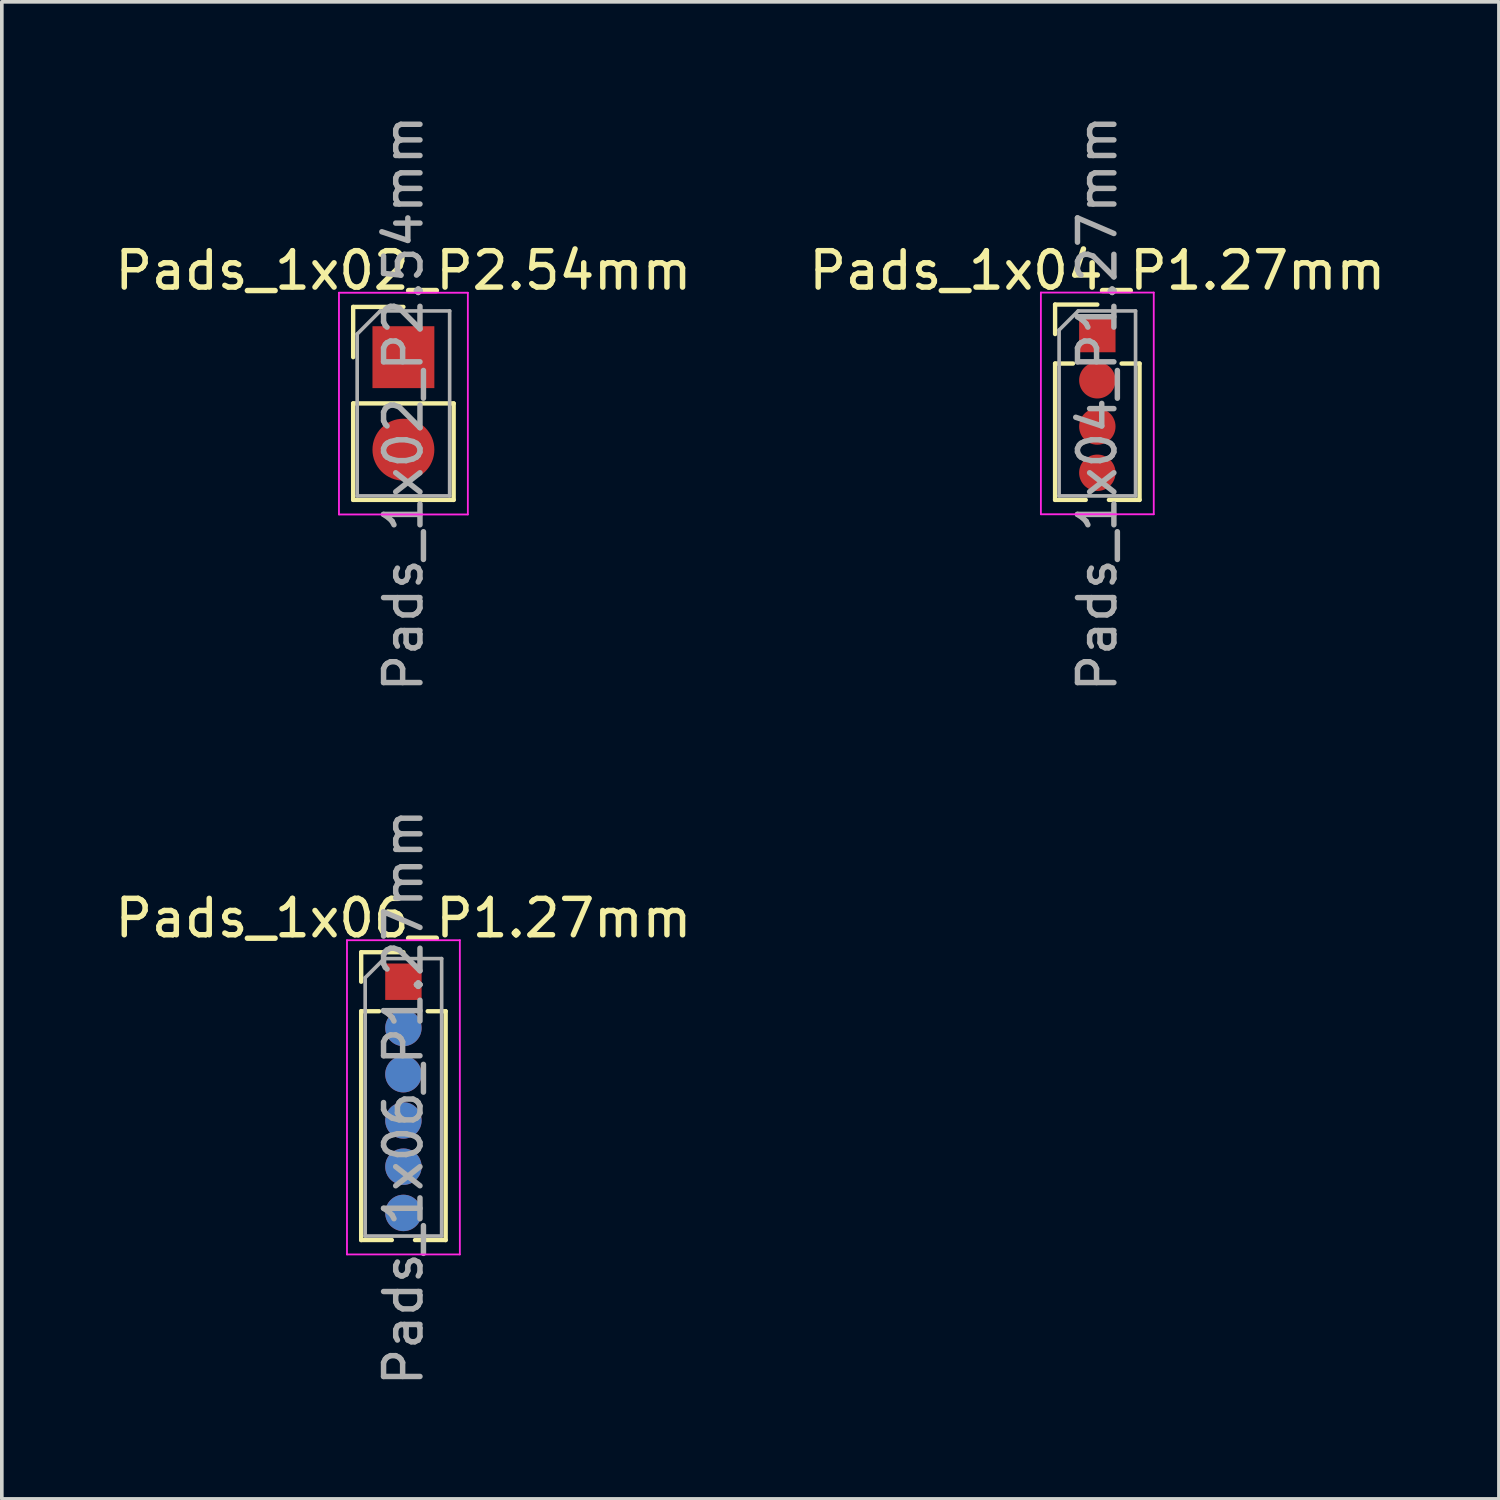
<source format=kicad_pcb>
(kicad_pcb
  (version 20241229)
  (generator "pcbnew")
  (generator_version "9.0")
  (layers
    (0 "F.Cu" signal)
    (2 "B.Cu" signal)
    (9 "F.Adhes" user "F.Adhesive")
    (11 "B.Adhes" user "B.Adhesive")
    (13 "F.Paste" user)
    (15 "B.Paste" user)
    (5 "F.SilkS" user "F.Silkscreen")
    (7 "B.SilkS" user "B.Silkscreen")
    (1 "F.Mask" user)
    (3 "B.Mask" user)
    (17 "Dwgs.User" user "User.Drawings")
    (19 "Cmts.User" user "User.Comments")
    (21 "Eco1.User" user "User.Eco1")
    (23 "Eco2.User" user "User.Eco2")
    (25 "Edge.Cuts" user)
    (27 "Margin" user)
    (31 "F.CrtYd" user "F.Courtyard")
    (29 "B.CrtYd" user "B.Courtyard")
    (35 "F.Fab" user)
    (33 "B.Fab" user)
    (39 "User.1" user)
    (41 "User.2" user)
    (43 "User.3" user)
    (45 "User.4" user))
  (footprint "Pads_1x06_P1.27mm"
    (layer "F.Cu")
    (at 8.03 23.914)
    (property "Reference" "Pads_1x06_P1.27mm" (at 0 -1.745 0) (layer "F.SilkS") (effects (font (size 1 1) (thickness 0.15))))
    (attr through_hole)
    (fp_line (start -1.16 -0.81) (end 0 -0.81) (stroke (width 0.12) (type solid)) (layer "F.SilkS"))
    (fp_line (start -1.16 0) (end -1.16 -0.81) (stroke (width 0.12) (type solid)) (layer "F.SilkS"))
    (fp_line (start -1.16 0.81) (end -1.16 7.095) (stroke (width 0.12) (type solid)) (layer "F.SilkS"))
    (fp_line (start -1.16 0.81) (end -0.667 0.81) (stroke (width 0.12) (type solid)) (layer "F.SilkS"))
    (fp_line (start -1.16 7.095) (end -0.318 7.095) (stroke (width 0.12) (type solid)) (layer "F.SilkS"))
    (fp_line (start 0.318 7.095) (end 1.16 7.095) (stroke (width 0.12) (type solid)) (layer "F.SilkS"))
    (fp_line (start 0.667 0.81) (end 1.16 0.81) (stroke (width 0.12) (type solid)) (layer "F.SilkS"))
    (fp_line (start 1.16 0.81) (end 1.16 7.095) (stroke (width 0.12) (type solid)) (layer "F.SilkS"))
    (fp_line (start -1.55 -1.14) (end -1.55 7.49) (stroke (width 0.05) (type solid)) (layer "F.CrtYd"))
    (fp_line (start -1.55 7.49) (end 1.55 7.49) (stroke (width 0.05) (type solid)) (layer "F.CrtYd"))
    (fp_line (start 1.55 -1.14) (end -1.55 -1.14) (stroke (width 0.05) (type solid)) (layer "F.CrtYd"))
    (fp_line (start 1.55 7.49) (end 1.55 -1.14) (stroke (width 0.05) (type solid)) (layer "F.CrtYd"))
    (fp_line (start -1.05 -0.11) (end -0.525 -0.635) (stroke (width 0.1) (type solid)) (layer "F.Fab"))
    (fp_line (start -1.05 6.985) (end -1.05 -0.11) (stroke (width 0.1) (type solid)) (layer "F.Fab"))
    (fp_line (start -0.525 -0.635) (end 1.05 -0.635) (stroke (width 0.1) (type solid)) (layer "F.Fab"))
    (fp_line (start 1.05 -0.635) (end 1.05 6.985) (stroke (width 0.1) (type solid)) (layer "F.Fab"))
    (fp_line (start 1.05 6.985) (end -1.05 6.985) (stroke (width 0.1) (type solid)) (layer "F.Fab"))
    (fp_text user "${REFERENCE}" (at 0 3.175 90) (layer "F.Fab") (effects (font (size 1 1) (thickness 0.15))))
    (pad "1" smd rect (at 0 0) (size 1 1) (layers "F.Cu" "F.Mask" "F.Paste"))
    (pad "2" smd circle (at 0 1.27) (size 1 1) (layers "*.Cu" "*.Mask"))
    (pad "3" smd circle (at 0 2.54) (size 1 1) (layers "*.Cu" "*.Mask"))
    (pad "4" smd circle (at 0 3.81) (size 1 1) (layers "*.Cu" "*.Mask"))
    (pad "5" smd circle (at 0 5.08) (size 1 1) (layers "*.Cu" "*.Mask"))
    (pad "6" smd circle (at 0 6.35) (size 1 1) (layers "*.Cu" "*.Mask")))
  (footprint "Pads_1x04_P1.27mm"
    (layer "F.Cu")
    (at 27.089 6.125)
    (property "Reference" "Pads_1x04_P1.27mm" (at 0 -1.745 0) (layer "F.SilkS") (effects (font (size 1 1) (thickness 0.15))))
    (attr through_hole)
    (fp_line (start -1.16 -0.81) (end 0 -0.81) (stroke (width 0.12) (type solid)) (layer "F.SilkS"))
    (fp_line (start -1.16 0) (end -1.16 -0.81) (stroke (width 0.12) (type solid)) (layer "F.SilkS"))
    (fp_line (start -1.16 0.81) (end -1.16 4.555) (stroke (width 0.12) (type solid)) (layer "F.SilkS"))
    (fp_line (start -1.16 0.81) (end -0.667 0.81) (stroke (width 0.12) (type solid)) (layer "F.SilkS"))
    (fp_line (start -1.16 4.555) (end -0.318 4.555) (stroke (width 0.12) (type solid)) (layer "F.SilkS"))
    (fp_line (start 0.318 4.555) (end 1.16 4.555) (stroke (width 0.12) (type solid)) (layer "F.SilkS"))
    (fp_line (start 0.667 0.81) (end 1.16 0.81) (stroke (width 0.12) (type solid)) (layer "F.SilkS"))
    (fp_line (start 1.16 0.81) (end 1.16 4.555) (stroke (width 0.12) (type solid)) (layer "F.SilkS"))
    (fp_line (start -1.55 -1.14) (end -1.55 4.95) (stroke (width 0.05) (type solid)) (layer "F.CrtYd"))
    (fp_line (start -1.55 4.95) (end 1.55 4.95) (stroke (width 0.05) (type solid)) (layer "F.CrtYd"))
    (fp_line (start 1.55 -1.14) (end -1.55 -1.14) (stroke (width 0.05) (type solid)) (layer "F.CrtYd"))
    (fp_line (start 1.55 4.95) (end 1.55 -1.14) (stroke (width 0.05) (type solid)) (layer "F.CrtYd"))
    (fp_line (start -1.05 -0.11) (end -0.525 -0.635) (stroke (width 0.1) (type solid)) (layer "F.Fab"))
    (fp_line (start -1.05 4.445) (end -1.05 -0.11) (stroke (width 0.1) (type solid)) (layer "F.Fab"))
    (fp_line (start -0.525 -0.635) (end 1.05 -0.635) (stroke (width 0.1) (type solid)) (layer "F.Fab"))
    (fp_line (start 1.05 -0.635) (end 1.05 4.445) (stroke (width 0.1) (type solid)) (layer "F.Fab"))
    (fp_line (start 1.05 4.445) (end -1.05 4.445) (stroke (width 0.1) (type solid)) (layer "F.Fab"))
    (fp_text user "${REFERENCE}" (at 0 1.905 90) (layer "F.Fab") (effects (font (size 1 1) (thickness 0.15))))
    (pad "1" smd rect (at 0 0) (size 1 1) (layers "F.Cu" "F.Mask" "F.Paste"))
    (pad "2" smd circle (at 0 1.27) (size 1 1) (layers "F.Cu" "F.Mask" "F.Paste"))
    (pad "3" smd circle (at 0 2.54) (size 1 1) (layers "F.Cu" "F.Mask" "F.Paste"))
    (pad "4" smd circle (at 0 3.81) (size 1 1) (layers "F.Cu" "F.Mask" "F.Paste")))
  (footprint "Pads_1x02_P2.54mm"
    (layer "F.Cu")
    (at 8.03 6.76)
    (property "Reference" "Pads_1x02_P2.54mm" (at 0 -2.38 0) (layer "F.SilkS") (effects (font (size 1 1) (thickness 0.15))))
    (attr through_hole)
    (fp_line (start -1.38 -1.38) (end 0 -1.38) (stroke (width 0.12) (type solid)) (layer "F.SilkS"))
    (fp_line (start -1.38 0) (end -1.38 -1.38) (stroke (width 0.12) (type solid)) (layer "F.SilkS"))
    (fp_line (start -1.38 1.27) (end -1.38 3.92) (stroke (width 0.12) (type solid)) (layer "F.SilkS"))
    (fp_line (start -1.38 1.27) (end 1.38 1.27) (stroke (width 0.12) (type solid)) (layer "F.SilkS"))
    (fp_line (start -1.38 3.92) (end 1.38 3.92) (stroke (width 0.12) (type solid)) (layer "F.SilkS"))
    (fp_line (start 1.38 1.27) (end 1.38 3.92) (stroke (width 0.12) (type solid)) (layer "F.SilkS"))
    (fp_line (start -1.77 -1.77) (end -1.77 4.32) (stroke (width 0.05) (type solid)) (layer "F.CrtYd"))
    (fp_line (start -1.77 4.32) (end 1.77 4.32) (stroke (width 0.05) (type solid)) (layer "F.CrtYd"))
    (fp_line (start 1.77 -1.77) (end -1.77 -1.77) (stroke (width 0.05) (type solid)) (layer "F.CrtYd"))
    (fp_line (start 1.77 4.32) (end 1.77 -1.77) (stroke (width 0.05) (type solid)) (layer "F.CrtYd"))
    (fp_line (start -1.27 -0.635) (end -0.635 -1.27) (stroke (width 0.1) (type solid)) (layer "F.Fab"))
    (fp_line (start -1.27 3.81) (end -1.27 -0.635) (stroke (width 0.1) (type solid)) (layer "F.Fab"))
    (fp_line (start -0.635 -1.27) (end 1.27 -1.27) (stroke (width 0.1) (type solid)) (layer "F.Fab"))
    (fp_line (start 1.27 -1.27) (end 1.27 3.81) (stroke (width 0.1) (type solid)) (layer "F.Fab"))
    (fp_line (start 1.27 3.81) (end -1.27 3.81) (stroke (width 0.1) (type solid)) (layer "F.Fab"))
    (fp_text user "${REFERENCE}" (at 0 1.27 90) (layer "F.Fab") (effects (font (size 1 1) (thickness 0.15))))
    (pad "1" smd rect (at 0 0) (size 1.7 1.7) (layers "F.Cu" "F.Mask" "F.Paste"))
    (pad "2" smd circle (at 0 2.54) (size 1.7 1.7) (layers "F.Cu" "F.Mask" "F.Paste")))
  (gr_rect
    (start -3 -3)
    (end 38.119 38.119)
    (stroke (width 0.1) (type default))
    (fill no)
    (layer "Edge.Cuts")))
</source>
